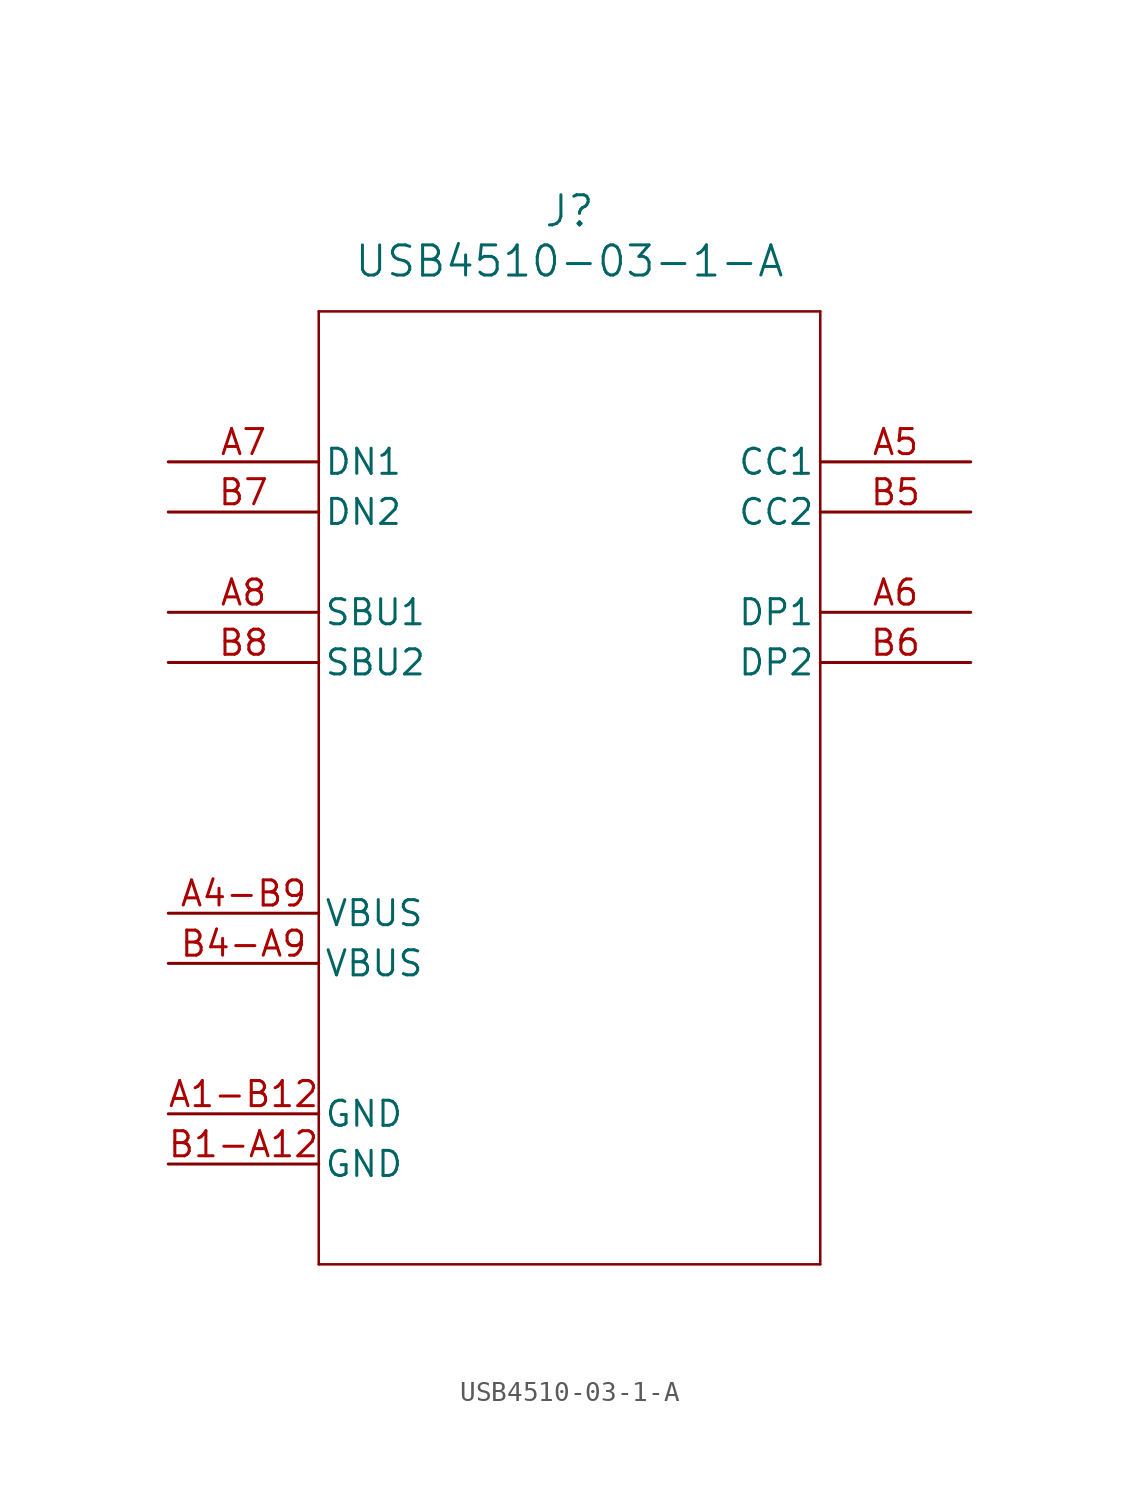
<source format=kicad_sym>
(kicad_symbol_lib
  (version 20211014)
  (generator kicad_symbol_editor)
  (symbol "USB4510-03-1-A"
    (pin_names
      (offset 0.254))
    (property "Reference" "J"
      (at 20.32 12.7 0)
      (effects (font (size 1.524 1.524))))
    (property "Value" "USB4510-03-1-A"
      (at 20.32 10.16 0)
      (effects (font (size 1.524 1.524))))
    (symbol "USB4510-03-1-A_0_1"
      (polyline (pts (xy 7.62 7.62) (xy 7.62 -40.64)) (stroke (width 0.127) (type default) (color 0 0 0 0)) (fill (type none)))
      (polyline (pts (xy 7.62 -40.64) (xy 33.02 -40.64)) (stroke (width 0.127) (type default) (color 0 0 0 0)) (fill (type none)))
      (polyline (pts (xy 33.02 -40.64) (xy 33.02 7.62)) (stroke (width 0.127) (type default) (color 0 0 0 0)) (fill (type none)))
      (polyline (pts (xy 33.02 7.62) (xy 7.62 7.62)) (stroke (width 0.127) (type default) (color 0 0 0 0)) (fill (type none)))
      (pin power_out line (at 0 -33.02 0) (length 7.62) (name "GND" (effects (font (size 1.27 1.27)))) (number "A1-B12" (effects (font (size 1.27 1.27)))))
      (pin power_in line (at 0 -22.86 0) (length 7.62) (name "VBUS" (effects (font (size 1.27 1.27)))) (number "A4-B9" (effects (font (size 1.27 1.27)))))
      (pin bidirectional line (at 40.64 0 180) (length 7.62) (name "CC1" (effects (font (size 1.27 1.27)))) (number "A5" (effects (font (size 1.27 1.27)))))
      (pin bidirectional line (at 40.64 -7.62 180) (length 7.62) (name "DP1" (effects (font (size 1.27 1.27)))) (number "A6" (effects (font (size 1.27 1.27)))))
      (pin bidirectional line (at 0 0 0) (length 7.62) (name "DN1" (effects (font (size 1.27 1.27)))) (number "A7" (effects (font (size 1.27 1.27)))))
      (pin bidirectional line (at 0 -7.62 0) (length 7.62) (name "SBU1" (effects (font (size 1.27 1.27)))) (number "A8" (effects (font (size 1.27 1.27)))))
      (pin power_in line (at 0 -25.4 0) (length 7.62) (name "VBUS" (effects (font (size 1.27 1.27)))) (number "B4-A9" (effects (font (size 1.27 1.27)))))
      (pin power_out line (at 0 -35.56 0) (length 7.62) (name "GND" (effects (font (size 1.27 1.27)))) (number "B1-A12" (effects (font (size 1.27 1.27)))))
      (pin bidirectional line (at 40.64 -2.54 180) (length 7.62) (name "CC2" (effects (font (size 1.27 1.27)))) (number "B5" (effects (font (size 1.27 1.27)))))
      (pin bidirectional line (at 40.64 -10.16 180) (length 7.62) (name "DP2" (effects (font (size 1.27 1.27)))) (number "B6" (effects (font (size 1.27 1.27)))))
      (pin bidirectional line (at 0 -2.54 0) (length 7.62) (name "DN2" (effects (font (size 1.27 1.27)))) (number "B7" (effects (font (size 1.27 1.27)))))
      (pin bidirectional line (at 0 -10.16 0) (length 7.62) (name "SBU2" (effects (font (size 1.27 1.27)))) (number "B8" (effects (font (size 1.27 1.27))))))))
</source>
